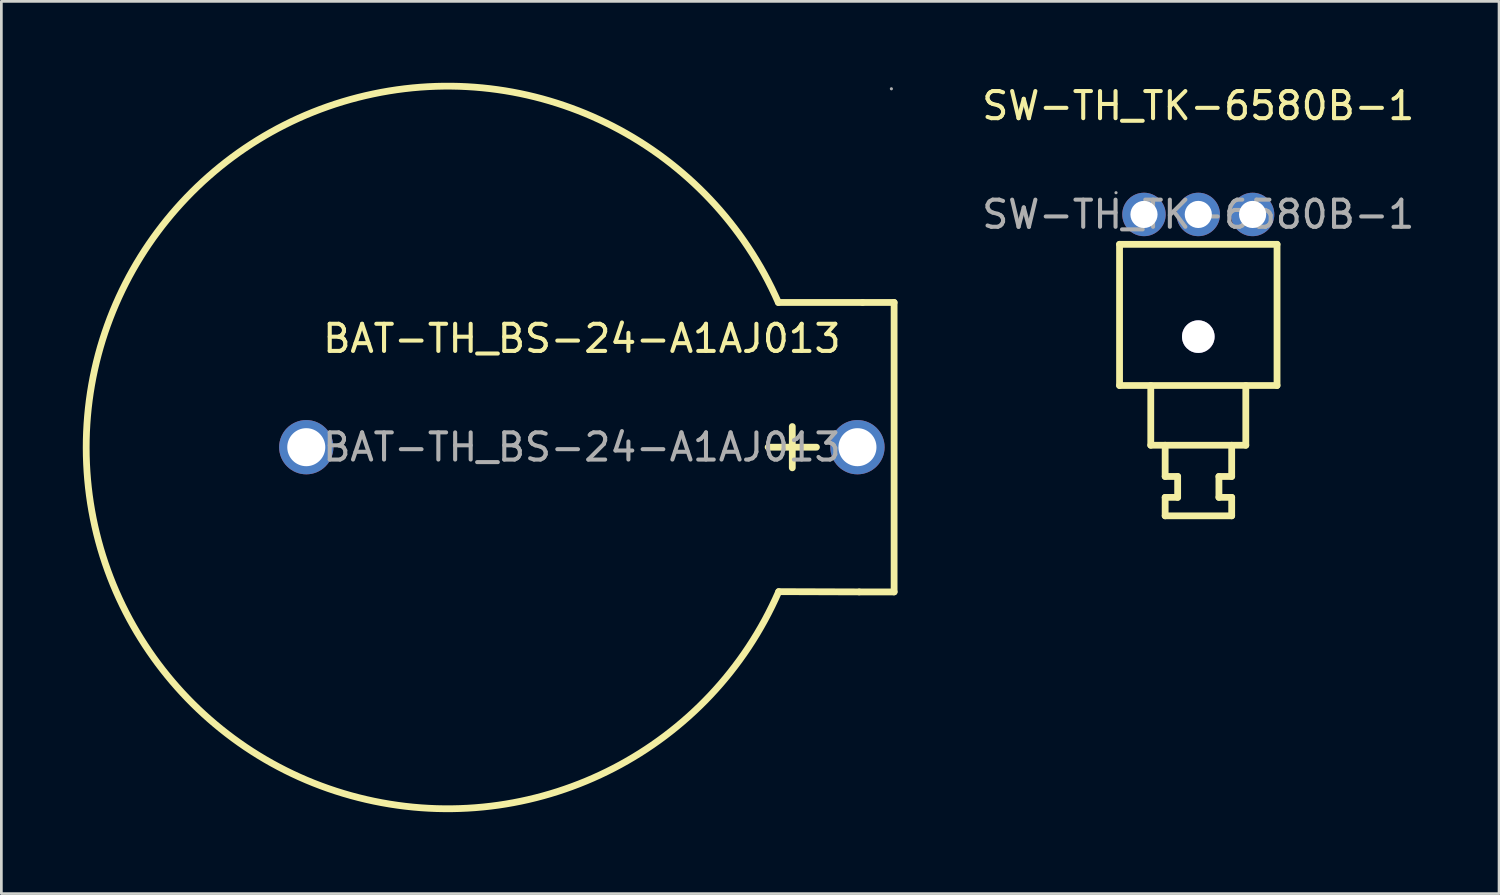
<source format=kicad_pcb>
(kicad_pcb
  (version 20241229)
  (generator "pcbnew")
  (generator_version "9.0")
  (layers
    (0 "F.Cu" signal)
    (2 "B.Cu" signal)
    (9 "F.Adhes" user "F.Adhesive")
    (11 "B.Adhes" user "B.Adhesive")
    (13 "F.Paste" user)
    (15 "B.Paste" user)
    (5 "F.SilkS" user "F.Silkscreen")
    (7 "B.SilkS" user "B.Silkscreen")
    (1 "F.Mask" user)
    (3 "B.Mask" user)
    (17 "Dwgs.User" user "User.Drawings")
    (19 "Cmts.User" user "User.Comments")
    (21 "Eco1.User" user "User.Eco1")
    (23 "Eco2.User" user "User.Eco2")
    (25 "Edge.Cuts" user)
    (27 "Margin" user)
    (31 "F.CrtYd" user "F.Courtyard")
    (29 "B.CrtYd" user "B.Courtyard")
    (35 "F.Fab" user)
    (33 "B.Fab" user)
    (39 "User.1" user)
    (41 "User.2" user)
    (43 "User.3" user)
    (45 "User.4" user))
  (footprint "BAT-TH_BS-24-A1AJ013"
    (layer "F.Cu")
    (at 18.38 13.42)
    (property "Reference" "BAT-TH_BS-24-A1AJ013" (at 0 -4 0) (layer "F.SilkS") (effects (font (size 1 1) (thickness 0.15))))
    (attr through_hole)
    (fp_line (start 6.86 0) (end 8.64 0) (stroke (width 0.25) (type solid)) (layer "F.SilkS"))
    (fp_line (start 7.24 -5.33) (end 10.34 -5.33) (stroke (width 0.25) (type solid)) (layer "F.SilkS"))
    (fp_line (start 7.25 5.32) (end 10.21 5.33) (stroke (width 0.25) (type solid)) (layer "F.SilkS"))
    (fp_line (start 7.75 -0.76) (end 7.75 0.76) (stroke (width 0.25) (type solid)) (layer "F.SilkS"))
    (fp_line (start 10.22 5.33) (end 11.5 5.33) (stroke (width 0.25) (type solid)) (layer "F.SilkS"))
    (fp_line (start 11.5 -5.33) (end 10.34 -5.33) (stroke (width 0.25) (type solid)) (layer "F.SilkS"))
    (fp_line (start 11.5 5.33) (end 11.5 -5.33) (stroke (width 0.25) (type solid)) (layer "F.SilkS"))
    (fp_arc (start 7.25 5.32) (mid -18.255483 0.024889) (end 7.238086 -5.32729) (stroke (width 0.25) (type solid)) (layer "F.SilkS"))
    (fp_circle (center 11.4 -13.2) (end 11.43 -13.2) (stroke (width 0.06) (type solid)) (fill no) (layer "F.Fab"))
    (fp_text user "${REFERENCE}" (at 0 0 0) (layer "F.Fab") (effects (font (size 1 1) (thickness 0.15))))
    (pad "1" thru_hole circle (at 10.15 0) (size 2 2) (drill 1.4) (layers "*.Cu" "*.Mask"))
    (pad "2" thru_hole circle (at -10.15 0) (size 2 2) (drill 1.4) (layers "*.Cu" "*.Mask")))
  (footprint "SW-TH_TK-6580B-1"
    (layer "F.Cu")
    (at 41.083 4.848)
    (property "Reference" "SW-TH_TK-6580B-1" (at 0 -4 0) (layer "F.SilkS") (effects (font (size 1 1) (thickness 0.15))))
    (attr through_hole)
    (fp_line (start -2.9 6.3) (end -2.9 1.1) (stroke (width 0.25) (type solid)) (layer "F.SilkS"))
    (fp_line (start -1.75 6.3) (end -1.75 8.5) (stroke (width 0.25) (type solid)) (layer "F.SilkS"))
    (fp_line (start -1.22 9.65) (end -1.22 8.5) (stroke (width 0.25) (type solid)) (layer "F.SilkS"))
    (fp_line (start -1.22 10.42) (end -0.76 10.42) (stroke (width 0.25) (type solid)) (layer "F.SilkS"))
    (fp_line (start -1.22 11.1) (end -1.22 10.42) (stroke (width 0.25) (type solid)) (layer "F.SilkS"))
    (fp_line (start -1.22 11.1) (end 1.23 11.1) (stroke (width 0.25) (type solid)) (layer "F.SilkS"))
    (fp_line (start -0.76 9.65) (end -1.22 9.65) (stroke (width 0.25) (type solid)) (layer "F.SilkS"))
    (fp_line (start -0.76 10.42) (end -0.76 9.65) (stroke (width 0.25) (type solid)) (layer "F.SilkS"))
    (fp_line (start 0.76 9.65) (end 1.23 9.65) (stroke (width 0.25) (type solid)) (layer "F.SilkS"))
    (fp_line (start 0.76 10.42) (end 0.76 9.65) (stroke (width 0.25) (type solid)) (layer "F.SilkS"))
    (fp_line (start 1.23 9.65) (end 1.23 8.5) (stroke (width 0.25) (type solid)) (layer "F.SilkS"))
    (fp_line (start 1.23 10.42) (end 0.76 10.42) (stroke (width 0.25) (type solid)) (layer "F.SilkS"))
    (fp_line (start 1.23 11.1) (end 1.23 10.42) (stroke (width 0.25) (type solid)) (layer "F.SilkS"))
    (fp_line (start 1.75 6.3) (end 1.75 8.5) (stroke (width 0.25) (type solid)) (layer "F.SilkS"))
    (fp_line (start 1.75 8.5) (end -1.75 8.5) (stroke (width 0.25) (type solid)) (layer "F.SilkS"))
    (fp_line (start 2.9 1.1) (end -2.9 1.1) (stroke (width 0.25) (type solid)) (layer "F.SilkS"))
    (fp_line (start 2.9 6.3) (end -2.9 6.3) (stroke (width 0.25) (type solid)) (layer "F.SilkS"))
    (fp_line (start 2.9 6.3) (end 2.9 1.1) (stroke (width 0.25) (type solid)) (layer "F.SilkS"))
    (fp_circle (center -3.03 -0.8) (end -3 -0.8) (stroke (width 0.06) (type solid)) (fill no) (layer "F.Fab"))
    (fp_circle (center -2 0) (end -1.8 0) (stroke (width 0.4) (type solid)) (fill no) (layer "F.Fab"))
    (fp_circle (center 0 0) (end 0.2 0) (stroke (width 0.4) (type solid)) (fill no) (layer "F.Fab"))
    (fp_circle (center 0 4.5) (end 0.25 4.5) (stroke (width 0.5) (type solid)) (fill no) (layer "F.Fab"))
    (fp_circle (center 2 0) (end 2.2 0) (stroke (width 0.4) (type solid)) (fill no) (layer "F.Fab"))
    (fp_text user "${REFERENCE}" (at 0 0 0) (layer "F.Fab") (effects (font (size 1 1) (thickness 0.15))))
    (pad "" thru_hole circle (at 0 4.5) (size 1.2 1.2) (drill 1.2) (layers "*.Cu" "*.Mask"))
    (pad "1" thru_hole circle (at -2 0 180) (size 1.6 1.6) (drill 1) (layers "*.Cu" "*.Mask"))
    (pad "2" thru_hole circle (at 0 0 180) (size 1.6 1.6) (drill 1) (layers "*.Cu" "*.Mask"))
    (pad "3" thru_hole circle (at 2 0 180) (size 1.6 1.6) (drill 1) (layers "*.Cu" "*.Mask")))
  (gr_rect
    (start -3 -3)
    (end 52.16 29.861)
    (stroke (width 0.1) (type default))
    (fill no)
    (layer "Edge.Cuts")))
</source>
